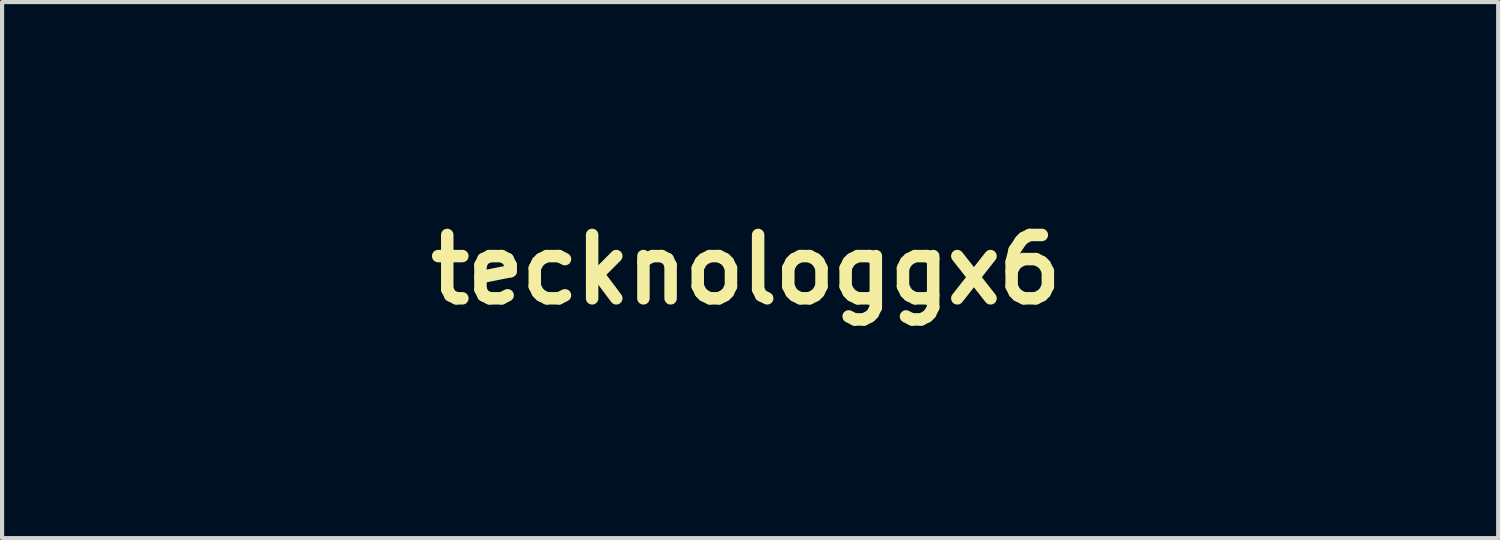
<source format=kicad_pcb>
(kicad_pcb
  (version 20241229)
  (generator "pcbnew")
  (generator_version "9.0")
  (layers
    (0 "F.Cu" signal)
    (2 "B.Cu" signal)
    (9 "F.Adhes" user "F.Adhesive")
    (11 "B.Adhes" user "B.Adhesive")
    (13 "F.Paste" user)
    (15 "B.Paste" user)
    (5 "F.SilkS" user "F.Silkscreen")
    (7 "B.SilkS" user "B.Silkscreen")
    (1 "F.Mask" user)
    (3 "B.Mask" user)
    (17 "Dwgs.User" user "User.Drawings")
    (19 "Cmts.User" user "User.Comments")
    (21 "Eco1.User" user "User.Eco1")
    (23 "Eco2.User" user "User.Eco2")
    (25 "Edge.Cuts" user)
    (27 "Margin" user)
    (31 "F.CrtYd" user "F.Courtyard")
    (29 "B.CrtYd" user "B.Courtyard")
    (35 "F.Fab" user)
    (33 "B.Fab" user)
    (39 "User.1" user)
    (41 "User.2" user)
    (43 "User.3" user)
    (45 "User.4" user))
  (footprint "tecknologgx6"
    (layer "F.Cu")
    (at 14.889 3.434)
    (property "Reference" "tecknologgx6" (at 0 0 0) (layer "F.SilkS") (effects (font (size 1.524 1.524) (thickness 0.3))))
    (attr through_hole)
    (fp_poly (pts (xy -4.623 0.102) (xy -5.69 0.102) (xy -5.69 -0.254) (xy -4.623 -0.254) (xy -4.623 0.102)) (stroke (width 0.01) (type solid)) (fill yes) (layer "F.Mask"))
    (fp_poly (pts (xy -1.778 0.864) (xy -2.136 0.864) (xy -2.108 -0.991) (xy -1.778 -1.022) (xy -1.778 0.864)) (stroke (width 0.01) (type solid)) (fill yes) (layer "F.Mask"))
    (fp_poly (pts (xy -6.41 -0.851) (xy -6.426 -0.686) (xy -6.795 -0.671) (xy -7.163 -0.656) (xy -7.163 0.864) (xy -7.518 0.864) (xy -7.518 -0.656) (xy -7.887 -0.671) (xy -8.255 -0.686) (xy -8.287 -1.016) (xy -6.394 -1.016) (xy -6.41 -0.851)) (stroke (width 0.01) (type solid)) (fill yes) (layer "F.Mask"))
    (fp_poly (pts (xy 5.029 0.508) (xy 6.401 0.508) (xy 6.401 0.864) (xy 5.598 0.864) (xy 5.246 0.86) (xy 4.99 0.85) (xy 4.823 0.833) (xy 4.74 0.807) (xy 4.735 0.803) (xy 4.709 0.737) (xy 4.691 0.592) (xy 4.68 0.361) (xy 4.674 0.039) (xy 4.674 -0.137) (xy 4.674 -1.016) (xy 5.029 -1.016) (xy 5.029 0.508)) (stroke (width 0.01) (type solid)) (fill yes) (layer "F.Mask"))
    (fp_poly (pts (xy 13.327 1.886) (xy 13.341 1.909) (xy 13.291 1.966) (xy 13.186 2.06) (xy 12.986 2.237) (xy 13.183 2.439) (xy 13.293 2.554) (xy 13.337 2.614) (xy 13.322 2.638) (xy 13.254 2.642) (xy 13.122 2.597) (xy 12.96 2.468) (xy 12.926 2.434) (xy 12.725 2.227) (xy 12.924 2.053) (xy 13.084 1.939) (xy 13.224 1.884) (xy 13.255 1.882) (xy 13.327 1.886)) (stroke (width 0.01) (type solid)) (fill yes) (layer "F.Mask"))
    (fp_poly (pts (xy 2.784 1.907) (xy 2.913 1.998) (xy 2.98 2.16) (xy 2.997 2.362) (xy 2.993 2.524) (xy 2.974 2.608) (xy 2.931 2.639) (xy 2.896 2.642) (xy 2.837 2.629) (xy 2.806 2.576) (xy 2.795 2.459) (xy 2.794 2.365) (xy 2.794 2.089) (xy 2.604 2.073) (xy 2.459 2.042) (xy 2.399 1.976) (xy 2.397 1.968) (xy 2.404 1.911) (xy 2.47 1.885) (xy 2.587 1.88) (xy 2.784 1.907)) (stroke (width 0.01) (type solid)) (fill yes) (layer "F.Mask"))
    (fp_poly (pts (xy 15.004 1.886) (xy 15.07 1.91) (xy 15.079 1.962) (xy 15.078 1.968) (xy 15.038 2.028) (xy 14.934 2.061) (xy 14.82 2.073) (xy 14.58 2.088) (xy 14.58 2.365) (xy 14.573 2.533) (xy 14.548 2.618) (xy 14.503 2.642) (xy 14.461 2.619) (xy 14.437 2.54) (xy 14.428 2.386) (xy 14.427 2.313) (xy 14.438 2.102) (xy 14.484 1.973) (xy 14.582 1.906) (xy 14.754 1.881) (xy 14.859 1.88) (xy 15.004 1.886)) (stroke (width 0.01) (type solid)) (fill yes) (layer "F.Mask"))
    (fp_poly (pts (xy -0.34 1.886) (xy -0.272 1.914) (xy -0.254 1.974) (xy -0.254 1.981) (xy -0.269 2.045) (xy -0.331 2.075) (xy -0.466 2.083) (xy -0.483 2.083) (xy -0.711 2.083) (xy -0.711 2.362) (xy -0.716 2.524) (xy -0.735 2.608) (xy -0.777 2.639) (xy -0.813 2.642) (xy -0.872 2.629) (xy -0.902 2.577) (xy -0.913 2.46) (xy -0.914 2.362) (xy -0.892 2.132) (xy -0.818 1.983) (xy -0.681 1.902) (xy -0.483 1.88) (xy -0.34 1.886)) (stroke (width 0.01) (type solid)) (fill yes) (layer "F.Mask"))
    (fp_poly (pts (xy 4.646 1.887) (xy 4.709 1.917) (xy 4.724 1.981) (xy 4.709 2.045) (xy 4.647 2.075) (xy 4.512 2.083) (xy 4.496 2.083) (xy 4.267 2.083) (xy 4.267 2.362) (xy 4.263 2.524) (xy 4.244 2.608) (xy 4.201 2.639) (xy 4.166 2.642) (xy 4.109 2.63) (xy 4.078 2.581) (xy 4.066 2.471) (xy 4.064 2.34) (xy 4.084 2.118) (xy 4.154 1.977) (xy 4.286 1.902) (xy 4.496 1.88) (xy 4.507 1.88) (xy 4.646 1.887)) (stroke (width 0.01) (type solid)) (fill yes) (layer "F.Mask"))
    (fp_poly (pts (xy 8.601 1.886) (xy 8.669 1.914) (xy 8.687 1.974) (xy 8.687 1.981) (xy 8.672 2.045) (xy 8.61 2.075) (xy 8.475 2.083) (xy 8.458 2.083) (xy 8.23 2.083) (xy 8.23 2.362) (xy 8.225 2.524) (xy 8.206 2.608) (xy 8.164 2.639) (xy 8.128 2.642) (xy 8.069 2.629) (xy 8.039 2.577) (xy 8.027 2.46) (xy 8.026 2.362) (xy 8.049 2.132) (xy 8.123 1.983) (xy 8.259 1.902) (xy 8.458 1.88) (xy 8.601 1.886)) (stroke (width 0.01) (type solid)) (fill yes) (layer "F.Mask"))
    (fp_poly (pts (xy 2.281 1.581) (xy 2.31 1.614) (xy 2.327 1.689) (xy 2.335 1.826) (xy 2.337 2.041) (xy 2.337 2.108) (xy 2.336 2.346) (xy 2.329 2.5) (xy 2.315 2.589) (xy 2.289 2.63) (xy 2.248 2.641) (xy 2.235 2.642) (xy 2.19 2.635) (xy 2.16 2.603) (xy 2.144 2.528) (xy 2.136 2.391) (xy 2.134 2.175) (xy 2.134 2.108) (xy 2.135 1.87) (xy 2.141 1.716) (xy 2.155 1.627) (xy 2.181 1.586) (xy 2.222 1.575) (xy 2.235 1.575) (xy 2.281 1.581)) (stroke (width 0.01) (type solid)) (fill yes) (layer "F.Mask"))
    (fp_poly (pts (xy 12.644 1.581) (xy 12.673 1.614) (xy 12.69 1.689) (xy 12.698 1.826) (xy 12.7 2.041) (xy 12.7 2.108) (xy 12.699 2.346) (xy 12.693 2.5) (xy 12.678 2.589) (xy 12.652 2.63) (xy 12.611 2.641) (xy 12.598 2.642) (xy 12.553 2.635) (xy 12.524 2.603) (xy 12.507 2.528) (xy 12.499 2.391) (xy 12.497 2.175) (xy 12.497 2.108) (xy 12.498 1.87) (xy 12.504 1.716) (xy 12.519 1.627) (xy 12.545 1.586) (xy 12.586 1.575) (xy 12.598 1.575) (xy 12.644 1.581)) (stroke (width 0.01) (type solid)) (fill yes) (layer "F.Mask"))
    (fp_poly (pts (xy -4.637 1.897) (xy -4.479 1.958) (xy -4.384 2.085) (xy -4.335 2.292) (xy -4.329 2.354) (xy -4.319 2.517) (xy -4.327 2.603) (xy -4.361 2.637) (xy -4.411 2.642) (xy -4.474 2.628) (xy -4.508 2.572) (xy -4.526 2.448) (xy -4.531 2.375) (xy -4.547 2.108) (xy -4.978 2.077) (xy -4.978 2.359) (xy -4.983 2.522) (xy -5.001 2.606) (xy -5.043 2.638) (xy -5.082 2.642) (xy -5.136 2.634) (xy -5.165 2.596) (xy -5.176 2.507) (xy -5.174 2.344) (xy -5.171 2.273) (xy -5.156 1.905) (xy -4.873 1.89) (xy -4.637 1.897)) (stroke (width 0.01) (type solid)) (fill yes) (layer "F.Mask"))
    (fp_poly (pts (xy -4.47 -0.66) (xy -5.842 -0.66) (xy -5.842 -0.157) (xy -5.839 0.067) (xy -5.831 0.258) (xy -5.819 0.389) (xy -5.811 0.428) (xy -5.784 0.461) (xy -5.721 0.484) (xy -5.606 0.499) (xy -5.424 0.506) (xy -5.158 0.508) (xy -5.125 0.508) (xy -4.47 0.508) (xy -4.47 0.864) (xy -5.118 0.86) (xy -5.373 0.856) (xy -5.598 0.846) (xy -5.769 0.833) (xy -5.864 0.817) (xy -5.867 0.816) (xy -5.969 0.767) (xy -6.043 0.706) (xy -6.093 0.617) (xy -6.123 0.486) (xy -6.137 0.295) (xy -6.139 0.029) (xy -6.135 -0.209) (xy -6.121 -0.991) (xy -5.296 -1.005) (xy -4.47 -1.019) (xy -4.47 -0.66)) (stroke (width 0.01) (type solid)) (fill yes) (layer "F.Mask"))
    (fp_poly (pts (xy -0.648 -0.546) (xy -1.118 -0.076) (xy -0.623 0.391) (xy -0.127 0.859) (xy -0.382 0.861) (xy -0.499 0.859) (xy -0.589 0.843) (xy -0.675 0.8) (xy -0.778 0.717) (xy -0.919 0.58) (xy -1.016 0.483) (xy -1.234 0.275) (xy -1.398 0.148) (xy -1.505 0.102) (xy -1.51 0.102) (xy -1.589 0.086) (xy -1.621 0.02) (xy -1.626 -0.076) (xy -1.615 -0.197) (xy -1.572 -0.247) (xy -1.51 -0.254) (xy -1.406 -0.295) (xy -1.246 -0.418) (xy -1.03 -0.62) (xy -1.016 -0.635) (xy -0.844 -0.805) (xy -0.722 -0.916) (xy -0.628 -0.979) (xy -0.542 -1.008) (xy -0.443 -1.016) (xy -0.408 -1.016) (xy -0.178 -1.016) (xy -0.648 -0.546)) (stroke (width 0.01) (type solid)) (fill yes) (layer "F.Mask"))
    (fp_poly (pts (xy -2.448 -0.851) (xy -2.464 -0.686) (xy -3.139 -0.672) (xy -3.813 -0.657) (xy -3.799 -0.087) (xy -3.785 0.483) (xy -2.438 0.511) (xy -2.438 0.864) (xy -3.111 0.862) (xy -3.436 0.856) (xy -3.672 0.842) (xy -3.831 0.818) (xy -3.917 0.787) (xy -4.02 0.711) (xy -4.092 0.603) (xy -4.137 0.447) (xy -4.158 0.227) (xy -4.16 -0.073) (xy -4.157 -0.178) (xy -4.149 -0.432) (xy -4.138 -0.606) (xy -4.12 -0.72) (xy -4.091 -0.794) (xy -4.045 -0.851) (xy -3.998 -0.894) (xy -3.936 -0.942) (xy -3.87 -0.976) (xy -3.782 -0.997) (xy -3.652 -1.009) (xy -3.461 -1.015) (xy -3.191 -1.016) (xy -3.144 -1.016) (xy -2.432 -1.016) (xy -2.448 -0.851)) (stroke (width 0.01) (type solid)) (fill yes) (layer "F.Mask"))
    (fp_poly (pts (xy -1.755 1.907) (xy -1.732 2.002) (xy -1.727 2.132) (xy -1.706 2.323) (xy -1.634 2.436) (xy -1.497 2.484) (xy -1.403 2.489) (xy -1.33 2.482) (xy -1.29 2.443) (xy -1.27 2.348) (xy -1.26 2.198) (xy -1.244 2.025) (xy -1.215 1.93) (xy -1.165 1.891) (xy -1.153 1.889) (xy -1.107 1.889) (xy -1.081 1.928) (xy -1.072 2.023) (xy -1.075 2.195) (xy -1.077 2.244) (xy -1.092 2.616) (xy -1.372 2.631) (xy -1.599 2.624) (xy -1.75 2.574) (xy -1.765 2.564) (xy -1.831 2.501) (xy -1.866 2.412) (xy -1.879 2.266) (xy -1.88 2.182) (xy -1.874 2.005) (xy -1.853 1.911) (xy -1.812 1.88) (xy -1.803 1.88) (xy -1.755 1.907)) (stroke (width 0.01) (type solid)) (fill yes) (layer "F.Mask"))
    (fp_poly (pts (xy 0.477 1.883) (xy 0.568 1.9) (xy 0.604 1.937) (xy 0.61 1.981) (xy 0.597 2.04) (xy 0.545 2.071) (xy 0.428 2.082) (xy 0.33 2.083) (xy 0.051 2.083) (xy 0.051 2.255) (xy 0.067 2.379) (xy 0.127 2.451) (xy 0.252 2.483) (xy 0.411 2.489) (xy 0.55 2.502) (xy 0.607 2.546) (xy 0.61 2.565) (xy 0.586 2.61) (xy 0.503 2.634) (xy 0.34 2.641) (xy 0.308 2.642) (xy 0.128 2.635) (xy 0.019 2.611) (xy -0.05 2.559) (xy -0.073 2.529) (xy -0.132 2.393) (xy -0.152 2.261) (xy -0.126 2.108) (xy -0.073 1.993) (xy -0.011 1.927) (xy 0.079 1.893) (xy 0.226 1.88) (xy 0.308 1.88) (xy 0.477 1.883)) (stroke (width 0.01) (type solid)) (fill yes) (layer "F.Mask"))
    (fp_poly (pts (xy -2.262 1.908) (xy -2.116 1.997) (xy -2.043 2.153) (xy -2.032 2.278) (xy -2.06 2.459) (xy -2.15 2.574) (xy -2.314 2.631) (xy -2.478 2.642) (xy -2.647 2.632) (xy -2.749 2.597) (xy -2.817 2.529) (xy -2.875 2.393) (xy -2.896 2.261) (xy -2.895 2.256) (xy -2.692 2.256) (xy -2.656 2.406) (xy -2.553 2.483) (xy -2.395 2.483) (xy -2.316 2.458) (xy -2.253 2.382) (xy -2.235 2.255) (xy -2.24 2.149) (xy -2.274 2.099) (xy -2.365 2.084) (xy -2.464 2.083) (xy -2.604 2.087) (xy -2.671 2.112) (xy -2.691 2.181) (xy -2.692 2.256) (xy -2.895 2.256) (xy -2.864 2.065) (xy -2.764 1.942) (xy -2.59 1.885) (xy -2.486 1.88) (xy -2.262 1.908)) (stroke (width 0.01) (type solid)) (fill yes) (layer "F.Mask"))
    (fp_poly (pts (xy -6.446 1.906) (xy -6.317 1.994) (xy -6.256 2.151) (xy -6.248 2.269) (xy -6.28 2.462) (xy -6.379 2.582) (xy -6.552 2.637) (xy -6.646 2.642) (xy -6.791 2.63) (xy -6.853 2.591) (xy -6.858 2.565) (xy -6.814 2.504) (xy -6.735 2.489) (xy -6.569 2.471) (xy -6.481 2.405) (xy -6.452 2.277) (xy -6.452 2.255) (xy -6.457 2.149) (xy -6.491 2.099) (xy -6.581 2.084) (xy -6.68 2.083) (xy -6.909 2.083) (xy -6.909 2.489) (xy -6.912 2.697) (xy -6.925 2.822) (xy -6.95 2.882) (xy -6.987 2.896) (xy -7.071 2.854) (xy -7.094 2.819) (xy -7.106 2.732) (xy -7.109 2.577) (xy -7.103 2.386) (xy -7.103 2.381) (xy -7.078 2.149) (xy -7.026 2) (xy -6.929 1.917) (xy -6.774 1.884) (xy -6.653 1.88) (xy -6.446 1.906)) (stroke (width 0.01) (type solid)) (fill yes) (layer "F.Mask"))
    (fp_poly (pts (xy -5.485 1.909) (xy -5.351 1.988) (xy -5.286 2.098) (xy -5.303 2.225) (xy -5.363 2.308) (xy -5.457 2.36) (xy -5.587 2.386) (xy -5.718 2.385) (xy -5.814 2.357) (xy -5.842 2.315) (xy -5.795 2.256) (xy -5.677 2.226) (xy -5.545 2.192) (xy -5.503 2.14) (xy -5.545 2.089) (xy -5.667 2.059) (xy -5.715 2.057) (xy -5.918 2.057) (xy -5.918 2.261) (xy -5.912 2.391) (xy -5.876 2.452) (xy -5.783 2.475) (xy -5.728 2.48) (xy -5.586 2.51) (xy -5.537 2.568) (xy -5.537 2.568) (xy -5.581 2.614) (xy -5.689 2.639) (xy -5.824 2.642) (xy -5.953 2.622) (xy -6.035 2.581) (xy -6.07 2.498) (xy -6.092 2.353) (xy -6.096 2.252) (xy -6.081 2.068) (xy -6.025 1.955) (xy -5.908 1.898) (xy -5.713 1.88) (xy -5.675 1.88) (xy -5.485 1.909)) (stroke (width 0.01) (type solid)) (fill yes) (layer "F.Mask"))
    (fp_poly (pts (xy -3.199 1.885) (xy -3.124 1.908) (xy -3.1 1.959) (xy -3.099 1.981) (xy -3.114 2.044) (xy -3.176 2.076) (xy -3.31 2.089) (xy -3.34 2.09) (xy -3.581 2.096) (xy -3.353 2.129) (xy -3.163 2.165) (xy -3.055 2.215) (xy -3.006 2.293) (xy -2.997 2.389) (xy -3.026 2.516) (xy -3.119 2.596) (xy -3.289 2.635) (xy -3.451 2.642) (xy -3.612 2.634) (xy -3.691 2.606) (xy -3.708 2.565) (xy -3.676 2.514) (xy -3.569 2.491) (xy -3.493 2.488) (xy -3.336 2.477) (xy -3.22 2.449) (xy -3.161 2.413) (xy -3.18 2.376) (xy -3.202 2.367) (xy -3.303 2.344) (xy -3.444 2.326) (xy -3.449 2.326) (xy -3.612 2.281) (xy -3.706 2.189) (xy -3.717 2.069) (xy -3.679 1.992) (xy -3.607 1.92) (xy -3.497 1.887) (xy -3.35 1.88) (xy -3.199 1.885)) (stroke (width 0.01) (type solid)) (fill yes) (layer "F.Mask"))
    (fp_poly (pts (xy 1.349 1.891) (xy 1.446 1.936) (xy 1.496 1.995) (xy 1.553 2.146) (xy 1.521 2.27) (xy 1.411 2.353) (xy 1.234 2.384) (xy 1.14 2.379) (xy 1.013 2.344) (xy 0.98 2.294) (xy 1.04 2.248) (xy 1.153 2.226) (xy 1.296 2.196) (xy 1.346 2.137) (xy 1.346 2.134) (xy 1.313 2.081) (xy 1.201 2.059) (xy 1.143 2.057) (xy 0.94 2.057) (xy 0.94 2.261) (xy 0.946 2.391) (xy 0.982 2.452) (xy 1.075 2.475) (xy 1.13 2.48) (xy 1.272 2.51) (xy 1.321 2.568) (xy 1.321 2.568) (xy 1.277 2.614) (xy 1.169 2.639) (xy 1.034 2.642) (xy 0.905 2.622) (xy 0.823 2.581) (xy 0.788 2.498) (xy 0.766 2.353) (xy 0.762 2.252) (xy 0.776 2.069) (xy 0.832 1.956) (xy 0.947 1.899) (xy 1.14 1.88) (xy 1.189 1.88) (xy 1.349 1.891)) (stroke (width 0.01) (type solid)) (fill yes) (layer "F.Mask"))
    (fp_poly (pts (xy -12.779 -0.501) (xy -12.605 -0.399) (xy -12.517 -0.325) (xy -12.506 -0.268) (xy -12.548 -0.229) (xy -12.597 -0.166) (xy -12.564 -0.085) (xy -12.443 0.019) (xy -12.232 0.151) (xy -12.219 0.158) (xy -12.031 0.27) (xy -11.923 0.349) (xy -11.884 0.405) (xy -11.894 0.44) (xy -11.929 0.504) (xy -11.914 0.57) (xy -11.839 0.646) (xy -11.693 0.745) (xy -11.467 0.875) (xy -11.449 0.885) (xy -11.193 1.028) (xy -11.016 1.129) (xy -10.909 1.199) (xy -10.865 1.248) (xy -10.874 1.286) (xy -10.928 1.323) (xy -11.017 1.368) (xy -11.025 1.372) (xy -11.226 1.444) (xy -11.477 1.491) (xy -11.741 1.509) (xy -11.978 1.495) (xy -12.122 1.46) (xy -12.471 1.275) (xy -12.761 1.028) (xy -12.983 0.733) (xy -13.131 0.405) (xy -13.198 0.057) (xy -13.176 -0.296) (xy -13.113 -0.517) (xy -13.061 -0.653) (xy -12.779 -0.501)) (stroke (width 0.01) (type solid)) (fill yes) (layer "F.Mask"))
    (fp_poly (pts (xy -11.653 -1.509) (xy -11.279 -1.424) (xy -10.947 -1.259) (xy -10.666 -1.027) (xy -10.446 -0.742) (xy -10.296 -0.416) (xy -10.225 -0.064) (xy -10.242 0.303) (xy -10.279 0.461) (xy -10.336 0.633) (xy -10.396 0.776) (xy -10.429 0.832) (xy -10.469 0.876) (xy -10.512 0.877) (xy -10.576 0.825) (xy -10.678 0.708) (xy -10.736 0.637) (xy -10.877 0.456) (xy -10.953 0.338) (xy -10.967 0.274) (xy -10.925 0.254) (xy -10.922 0.254) (xy -10.866 0.223) (xy -10.88 0.14) (xy -10.955 0.018) (xy -11.084 -0.127) (xy -11.158 -0.197) (xy -11.304 -0.332) (xy -11.382 -0.421) (xy -11.404 -0.482) (xy -11.381 -0.531) (xy -11.36 -0.579) (xy -11.373 -0.646) (xy -11.429 -0.751) (xy -11.535 -0.909) (xy -11.627 -1.037) (xy -11.756 -1.218) (xy -11.859 -1.368) (xy -11.923 -1.47) (xy -11.938 -1.502) (xy -11.892 -1.517) (xy -11.774 -1.518) (xy -11.653 -1.509)) (stroke (width 0.01) (type solid)) (fill yes) (layer "F.Mask"))
    (fp_poly (pts (xy 7.059 1.912) (xy 7.061 1.934) (xy 7.031 2.017) (xy 6.955 2.149) (xy 6.852 2.301) (xy 6.742 2.446) (xy 6.645 2.555) (xy 6.594 2.596) (xy 6.465 2.63) (xy 6.381 2.575) (xy 6.35 2.436) (xy 6.35 2.43) (xy 6.35 2.265) (xy 6.157 2.453) (xy 6.033 2.571) (xy 5.958 2.627) (xy 5.911 2.634) (xy 5.876 2.608) (xy 5.859 2.543) (xy 5.847 2.407) (xy 5.842 2.228) (xy 5.842 2.227) (xy 5.845 2.043) (xy 5.858 1.938) (xy 5.887 1.891) (xy 5.939 1.88) (xy 5.944 1.88) (xy 6.009 1.896) (xy 6.038 1.961) (xy 6.045 2.095) (xy 6.045 2.311) (xy 6.244 2.083) (xy 6.376 1.948) (xy 6.467 1.903) (xy 6.523 1.952) (xy 6.555 2.098) (xy 6.563 2.184) (xy 6.579 2.413) (xy 6.743 2.146) (xy 6.849 1.999) (xy 6.947 1.905) (xy 7.022 1.872) (xy 7.059 1.912)) (stroke (width 0.01) (type solid)) (fill yes) (layer "F.Mask"))
    (fp_poly (pts (xy 7.559 1.882) (xy 7.699 1.906) (xy 7.801 1.952) (xy 7.867 2.053) (xy 7.899 2.21) (xy 7.895 2.38) (xy 7.852 2.523) (xy 7.83 2.558) (xy 7.722 2.62) (xy 7.559 2.646) (xy 7.379 2.637) (xy 7.22 2.595) (xy 7.137 2.54) (xy 7.076 2.417) (xy 7.101 2.3) (xy 7.194 2.204) (xy 7.342 2.146) (xy 7.526 2.142) (xy 7.629 2.18) (xy 7.647 2.237) (xy 7.588 2.293) (xy 7.46 2.327) (xy 7.455 2.327) (xy 7.312 2.357) (xy 7.264 2.418) (xy 7.264 2.419) (xy 7.29 2.467) (xy 7.381 2.483) (xy 7.48 2.479) (xy 7.616 2.465) (xy 7.678 2.429) (xy 7.695 2.343) (xy 7.696 2.261) (xy 7.691 2.133) (xy 7.658 2.072) (xy 7.568 2.049) (xy 7.48 2.042) (xy 7.326 2.015) (xy 7.266 1.964) (xy 7.264 1.953) (xy 7.308 1.905) (xy 7.418 1.881) (xy 7.559 1.882)) (stroke (width 0.01) (type solid)) (fill yes) (layer "F.Mask"))
    (fp_poly (pts (xy 9.424 1.891) (xy 9.519 1.934) (xy 9.58 2.007) (xy 9.634 2.105) (xy 9.626 2.183) (xy 9.579 2.263) (xy 9.505 2.348) (xy 9.41 2.38) (xy 9.285 2.378) (xy 9.132 2.351) (xy 9.061 2.309) (xy 9.076 2.264) (xy 9.182 2.231) (xy 9.23 2.226) (xy 9.373 2.196) (xy 9.423 2.137) (xy 9.423 2.134) (xy 9.39 2.081) (xy 9.279 2.059) (xy 9.22 2.057) (xy 9.017 2.057) (xy 9.017 2.261) (xy 9.023 2.391) (xy 9.059 2.452) (xy 9.152 2.475) (xy 9.207 2.48) (xy 9.349 2.51) (xy 9.398 2.568) (xy 9.398 2.568) (xy 9.354 2.614) (xy 9.246 2.639) (xy 9.111 2.642) (xy 8.983 2.622) (xy 8.9 2.581) (xy 8.865 2.498) (xy 8.843 2.353) (xy 8.839 2.252) (xy 8.854 2.069) (xy 8.909 1.956) (xy 9.024 1.899) (xy 9.217 1.88) (xy 9.266 1.88) (xy 9.424 1.891)) (stroke (width 0.01) (type solid)) (fill yes) (layer "F.Mask"))
    (fp_poly (pts (xy 12.144 1.894) (xy 12.267 1.948) (xy 12.327 2.06) (xy 12.344 2.248) (xy 12.344 2.261) (xy 12.33 2.449) (xy 12.275 2.564) (xy 12.161 2.623) (xy 11.969 2.641) (xy 11.924 2.642) (xy 11.738 2.62) (xy 11.617 2.55) (xy 11.608 2.54) (xy 11.547 2.417) (xy 11.571 2.3) (xy 11.665 2.204) (xy 11.812 2.146) (xy 11.996 2.142) (xy 12.099 2.18) (xy 12.117 2.237) (xy 12.058 2.293) (xy 11.931 2.327) (xy 11.925 2.327) (xy 11.783 2.357) (xy 11.735 2.418) (xy 11.735 2.419) (xy 11.76 2.467) (xy 11.851 2.483) (xy 11.951 2.479) (xy 12.087 2.463) (xy 12.153 2.425) (xy 12.178 2.34) (xy 12.183 2.291) (xy 12.175 2.147) (xy 12.105 2.066) (xy 11.959 2.034) (xy 11.9 2.033) (xy 11.773 2.013) (xy 11.735 1.956) (xy 11.768 1.903) (xy 11.878 1.881) (xy 11.941 1.88) (xy 12.144 1.894)) (stroke (width 0.01) (type solid)) (fill yes) (layer "F.Mask"))
    (fp_poly (pts (xy 14.031 1.889) (xy 14.177 1.932) (xy 14.251 2.022) (xy 14.275 2.155) (xy 14.245 2.284) (xy 14.214 2.327) (xy 14.125 2.37) (xy 13.996 2.389) (xy 13.86 2.384) (xy 13.755 2.357) (xy 13.716 2.311) (xy 13.755 2.255) (xy 13.88 2.235) (xy 13.891 2.235) (xy 14.029 2.216) (xy 14.104 2.169) (xy 14.1 2.108) (xy 14.065 2.077) (xy 13.966 2.048) (xy 13.843 2.044) (xy 13.746 2.062) (xy 13.699 2.113) (xy 13.679 2.227) (xy 13.675 2.273) (xy 13.659 2.489) (xy 13.865 2.489) (xy 14.008 2.501) (xy 14.067 2.542) (xy 14.072 2.565) (xy 14.028 2.616) (xy 13.92 2.641) (xy 13.781 2.641) (xy 13.646 2.616) (xy 13.547 2.566) (xy 13.542 2.562) (xy 13.481 2.441) (xy 13.461 2.273) (xy 13.482 2.104) (xy 13.543 1.976) (xy 13.555 1.964) (xy 13.675 1.907) (xy 13.849 1.881) (xy 14.031 1.889)) (stroke (width 0.01) (type solid)) (fill yes) (layer "F.Mask"))
    (fp_poly (pts (xy 3.712 1.894) (xy 3.834 1.948) (xy 3.895 2.06) (xy 3.912 2.248) (xy 3.912 2.261) (xy 3.904 2.433) (xy 3.875 2.532) (xy 3.816 2.587) (xy 3.813 2.589) (xy 3.674 2.63) (xy 3.498 2.641) (xy 3.326 2.623) (xy 3.199 2.578) (xy 3.179 2.562) (xy 3.108 2.438) (xy 3.124 2.315) (xy 3.214 2.212) (xy 3.365 2.147) (xy 3.491 2.134) (xy 3.609 2.147) (xy 3.654 2.197) (xy 3.658 2.235) (xy 3.638 2.305) (xy 3.56 2.333) (xy 3.48 2.337) (xy 3.35 2.352) (xy 3.303 2.403) (xy 3.302 2.416) (xy 3.325 2.466) (xy 3.41 2.483) (xy 3.518 2.479) (xy 3.654 2.463) (xy 3.72 2.425) (xy 3.745 2.34) (xy 3.75 2.291) (xy 3.742 2.147) (xy 3.673 2.066) (xy 3.526 2.034) (xy 3.467 2.033) (xy 3.34 2.013) (xy 3.302 1.956) (xy 3.335 1.903) (xy 3.445 1.881) (xy 3.509 1.88) (xy 3.712 1.894)) (stroke (width 0.01) (type solid)) (fill yes) (layer "F.Mask"))
    (fp_poly (pts (xy 0.274 -1.041) (xy 0.337 -1.008) (xy 0.424 -0.938) (xy 0.545 -0.822) (xy 0.712 -0.653) (xy 0.935 -0.42) (xy 0.991 -0.361) (xy 1.6 0.279) (xy 1.629 -1.016) (xy 1.981 -1.016) (xy 1.981 -0.131) (xy 1.98 0.2) (xy 1.975 0.444) (xy 1.965 0.616) (xy 1.95 0.729) (xy 1.927 0.799) (xy 1.901 0.835) (xy 1.824 0.899) (xy 1.787 0.916) (xy 1.742 0.881) (xy 1.64 0.785) (xy 1.49 0.638) (xy 1.306 0.452) (xy 1.115 0.255) (xy 0.91 0.044) (xy 0.728 -0.14) (xy 0.581 -0.284) (xy 0.482 -0.376) (xy 0.442 -0.406) (xy 0.429 -0.359) (xy 0.417 -0.229) (xy 0.41 -0.036) (xy 0.406 0.201) (xy 0.406 0.229) (xy 0.406 0.864) (xy 0.102 0.864) (xy 0.102 -0.071) (xy 0.103 -0.408) (xy 0.107 -0.657) (xy 0.115 -0.831) (xy 0.129 -0.943) (xy 0.148 -1.006) (xy 0.175 -1.033) (xy 0.178 -1.034) (xy 0.225 -1.047) (xy 0.274 -1.041)) (stroke (width 0.01) (type solid)) (fill yes) (layer "F.Mask"))
    (fp_poly (pts (xy 5.637 1.583) (xy 5.667 1.619) (xy 5.683 1.703) (xy 5.689 1.855) (xy 5.69 2.024) (xy 5.682 2.285) (xy 5.652 2.461) (xy 5.588 2.568) (xy 5.478 2.622) (xy 5.31 2.641) (xy 5.244 2.642) (xy 5.075 2.632) (xy 4.973 2.597) (xy 4.905 2.529) (xy 4.846 2.393) (xy 4.826 2.261) (xy 4.86 2.062) (xy 4.965 1.937) (xy 5.143 1.883) (xy 5.21 1.88) (xy 5.352 1.886) (xy 5.418 1.915) (xy 5.436 1.976) (xy 5.436 1.981) (xy 5.419 2.048) (xy 5.35 2.077) (xy 5.232 2.083) (xy 5.102 2.088) (xy 5.044 2.121) (xy 5.03 2.208) (xy 5.029 2.26) (xy 5.043 2.387) (xy 5.098 2.449) (xy 5.153 2.467) (xy 5.293 2.479) (xy 5.381 2.465) (xy 5.433 2.439) (xy 5.464 2.389) (xy 5.48 2.291) (xy 5.486 2.124) (xy 5.486 2.003) (xy 5.488 1.794) (xy 5.497 1.667) (xy 5.518 1.601) (xy 5.555 1.577) (xy 5.588 1.575) (xy 5.637 1.583)) (stroke (width 0.01) (type solid)) (fill yes) (layer "F.Mask"))
    (fp_poly (pts (xy 10.811 -0.851) (xy 10.795 -0.686) (xy 9.296 -0.658) (xy 9.296 0.508) (xy 10.465 0.508) (xy 10.465 0.106) (xy 10.02 0.091) (xy 9.576 0.076) (xy 9.544 -0.254) (xy 10.102 -0.254) (xy 10.337 -0.251) (xy 10.538 -0.244) (xy 10.683 -0.233) (xy 10.74 -0.223) (xy 10.779 -0.19) (xy 10.804 -0.113) (xy 10.816 0.026) (xy 10.82 0.246) (xy 10.82 0.275) (xy 10.813 0.532) (xy 10.793 0.711) (xy 10.761 0.801) (xy 10.759 0.803) (xy 10.679 0.831) (xy 10.521 0.851) (xy 10.308 0.863) (xy 10.063 0.866) (xy 9.808 0.861) (xy 9.568 0.848) (xy 9.365 0.827) (xy 9.223 0.8) (xy 9.183 0.784) (xy 9.087 0.721) (xy 9.02 0.642) (xy 8.977 0.528) (xy 8.953 0.361) (xy 8.942 0.123) (xy 8.941 -0.094) (xy 8.942 -0.354) (xy 8.948 -0.534) (xy 8.963 -0.656) (xy 8.989 -0.74) (xy 9.032 -0.81) (xy 9.072 -0.86) (xy 9.204 -1.016) (xy 10.827 -1.016) (xy 10.811 -0.851)) (stroke (width 0.01) (type solid)) (fill yes) (layer "F.Mask"))
    (fp_poly (pts (xy -7.564 1.649) (xy -7.404 1.726) (xy -7.398 1.731) (xy -7.321 1.804) (xy -7.281 1.891) (xy -7.266 2.025) (xy -7.264 2.137) (xy -7.282 2.37) (xy -7.343 2.521) (xy -7.465 2.606) (xy -7.662 2.639) (xy -7.767 2.642) (xy -7.988 2.627) (xy -8.135 2.58) (xy -8.18 2.549) (xy -8.263 2.444) (xy -8.309 2.277) (xy -8.319 2.196) (xy -8.322 2.141) (xy -8.13 2.141) (xy -8.113 2.295) (xy -8.067 2.41) (xy -8.039 2.437) (xy -7.928 2.469) (xy -7.773 2.472) (xy -7.616 2.452) (xy -7.497 2.411) (xy -7.462 2.38) (xy -7.427 2.266) (xy -7.42 2.114) (xy -7.439 1.971) (xy -7.478 1.89) (xy -7.563 1.853) (xy -7.706 1.831) (xy -7.772 1.829) (xy -7.926 1.841) (xy -8.041 1.873) (xy -8.067 1.89) (xy -8.115 1.992) (xy -8.13 2.141) (xy -8.322 2.141) (xy -8.328 2.034) (xy -8.307 1.928) (xy -8.242 1.835) (xy -8.189 1.78) (xy -8.072 1.682) (xy -7.952 1.636) (xy -7.783 1.626) (xy -7.564 1.649)) (stroke (width 0.01) (type solid)) (fill yes) (layer "F.Mask"))
    (fp_poly (pts (xy 10.378 1.681) (xy 10.47 1.804) (xy 10.591 1.998) (xy 10.69 2.158) (xy 10.77 2.277) (xy 10.816 2.335) (xy 10.82 2.337) (xy 10.857 2.296) (xy 10.93 2.189) (xy 11.026 2.037) (xy 11.05 1.998) (xy 11.178 1.793) (xy 11.268 1.677) (xy 11.327 1.652) (xy 11.36 1.72) (xy 11.376 1.885) (xy 11.379 2.129) (xy 11.377 2.369) (xy 11.367 2.523) (xy 11.348 2.608) (xy 11.318 2.64) (xy 11.306 2.642) (xy 11.257 2.607) (xy 11.227 2.494) (xy 11.217 2.375) (xy 11.201 2.108) (xy 11.1 2.279) (xy 11.007 2.423) (xy 10.917 2.548) (xy 10.909 2.558) (xy 10.84 2.632) (xy 10.795 2.63) (xy 10.739 2.565) (xy 10.664 2.458) (xy 10.57 2.312) (xy 10.538 2.261) (xy 10.417 2.057) (xy 10.416 2.349) (xy 10.408 2.523) (xy 10.385 2.614) (xy 10.341 2.642) (xy 10.338 2.642) (xy 10.302 2.625) (xy 10.28 2.564) (xy 10.267 2.441) (xy 10.262 2.241) (xy 10.262 2.129) (xy 10.266 1.872) (xy 10.282 1.713) (xy 10.317 1.65) (xy 10.378 1.681)) (stroke (width 0.01) (type solid)) (fill yes) (layer "F.Mask"))
    (fp_poly (pts (xy -12.049 -1.188) (xy -12.002 -1.122) (xy -11.918 -1.001) (xy -11.84 -0.89) (xy -11.745 -0.739) (xy -11.712 -0.646) (xy -11.726 -0.621) (xy -11.785 -0.562) (xy -11.759 -0.456) (xy -11.653 -0.31) (xy -11.493 -0.152) (xy -11.35 -0.014) (xy -11.27 0.085) (xy -11.262 0.134) (xy -11.265 0.136) (xy -11.323 0.197) (xy -11.301 0.307) (xy -11.199 0.47) (xy -11.134 0.552) (xy -10.988 0.733) (xy -10.901 0.855) (xy -10.875 0.91) (xy -10.881 0.913) (xy -10.929 0.889) (xy -11.043 0.827) (xy -11.197 0.74) (xy -11.218 0.728) (xy -11.392 0.621) (xy -11.48 0.545) (xy -11.488 0.495) (xy -11.484 0.491) (xy -11.438 0.422) (xy -11.453 0.351) (xy -11.538 0.269) (xy -11.703 0.163) (xy -11.814 0.1) (xy -11.998 -0.003) (xy -12.105 -0.073) (xy -12.15 -0.122) (xy -12.146 -0.164) (xy -12.114 -0.205) (xy -12.062 -0.296) (xy -12.063 -0.353) (xy -12.121 -0.401) (xy -12.245 -0.482) (xy -12.413 -0.58) (xy -12.475 -0.615) (xy -12.646 -0.712) (xy -12.776 -0.794) (xy -12.845 -0.846) (xy -12.851 -0.855) (xy -12.806 -0.898) (xy -12.694 -0.96) (xy -12.541 -1.032) (xy -12.372 -1.101) (xy -12.217 -1.158) (xy -12.099 -1.19) (xy -12.049 -1.188)) (stroke (width 0.01) (type solid)) (fill yes) (layer "F.Mask"))
    (fp_poly (pts (xy 13.005 -0.663) (xy 12.255 -0.649) (xy 11.506 -0.635) (xy 11.491 -0.178) (xy 11.482 0.098) (xy 11.486 0.288) (xy 11.517 0.408) (xy 11.59 0.474) (xy 11.719 0.502) (xy 11.919 0.508) (xy 12.117 0.508) (xy 12.7 0.508) (xy 12.7 0.102) (xy 11.786 0.102) (xy 11.786 -0.254) (xy 12.36 -0.254) (xy 12.664 -0.248) (xy 12.873 -0.23) (xy 12.983 -0.201) (xy 12.995 -0.193) (xy 13.027 -0.107) (xy 13.048 0.066) (xy 13.056 0.305) (xy 13.048 0.548) (xy 13.027 0.719) (xy 12.995 0.803) (xy 12.92 0.828) (xy 12.766 0.846) (xy 12.556 0.858) (xy 12.313 0.863) (xy 12.06 0.862) (xy 11.818 0.855) (xy 11.612 0.841) (xy 11.463 0.821) (xy 11.405 0.802) (xy 11.317 0.744) (xy 11.256 0.674) (xy 11.215 0.575) (xy 11.192 0.428) (xy 11.181 0.216) (xy 11.178 -0.078) (xy 11.178 -0.091) (xy 11.178 -0.365) (xy 11.181 -0.556) (xy 11.192 -0.684) (xy 11.213 -0.768) (xy 11.247 -0.826) (xy 11.297 -0.879) (xy 11.31 -0.891) (xy 11.366 -0.939) (xy 11.424 -0.972) (xy 11.504 -0.995) (xy 11.621 -1.008) (xy 11.795 -1.014) (xy 12.043 -1.016) (xy 12.225 -1.016) (xy 13.005 -1.016) (xy 13.005 -0.663)) (stroke (width 0.01) (type solid)) (fill yes) (layer "F.Mask"))
    (fp_poly (pts (xy 7.947 -1.019) (xy 8.215 -0.946) (xy 8.407 -0.815) (xy 8.531 -0.618) (xy 8.596 -0.347) (xy 8.611 -0.076) (xy 8.59 0.238) (xy 8.523 0.476) (xy 8.404 0.653) (xy 8.242 0.777) (xy 8.065 0.843) (xy 7.826 0.885) (xy 7.566 0.899) (xy 7.32 0.884) (xy 7.144 0.843) (xy 6.887 0.698) (xy 6.704 0.486) (xy 6.597 0.211) (xy 6.568 -0.122) (xy 6.57 -0.147) (xy 6.922 -0.147) (xy 6.927 0.131) (xy 6.984 0.329) (xy 7.103 0.459) (xy 7.292 0.53) (xy 7.563 0.549) (xy 7.664 0.547) (xy 7.863 0.534) (xy 7.991 0.512) (xy 8.077 0.47) (xy 8.15 0.399) (xy 8.159 0.39) (xy 8.245 0.232) (xy 8.285 0.032) (xy 8.282 -0.184) (xy 8.241 -0.39) (xy 8.164 -0.558) (xy 8.056 -0.663) (xy 8.016 -0.679) (xy 7.905 -0.695) (xy 7.733 -0.707) (xy 7.559 -0.711) (xy 7.36 -0.705) (xy 7.228 -0.681) (xy 7.129 -0.63) (xy 7.08 -0.591) (xy 7 -0.509) (xy 6.954 -0.412) (xy 6.931 -0.267) (xy 6.922 -0.147) (xy 6.57 -0.147) (xy 6.582 -0.287) (xy 6.643 -0.568) (xy 6.752 -0.776) (xy 6.92 -0.919) (xy 7.158 -1.004) (xy 7.475 -1.039) (xy 7.595 -1.041) (xy 7.947 -1.019)) (stroke (width 0.01) (type solid)) (fill yes) (layer "F.Mask"))
    (fp_poly (pts (xy 3.679 -1.019) (xy 3.947 -0.946) (xy 4.139 -0.815) (xy 4.263 -0.618) (xy 4.328 -0.348) (xy 4.342 -0.076) (xy 4.323 0.229) (xy 4.261 0.458) (xy 4.148 0.631) (xy 3.976 0.769) (xy 3.822 0.83) (xy 3.605 0.873) (xy 3.358 0.897) (xy 3.12 0.898) (xy 2.925 0.871) (xy 2.921 0.87) (xy 2.668 0.769) (xy 2.487 0.614) (xy 2.372 0.394) (xy 2.318 0.1) (xy 2.311 -0.076) (xy 2.312 -0.091) (xy 2.642 -0.091) (xy 2.66 0.168) (xy 2.721 0.351) (xy 2.84 0.468) (xy 3.026 0.53) (xy 3.294 0.547) (xy 3.39 0.545) (xy 3.598 0.531) (xy 3.734 0.505) (xy 3.826 0.458) (xy 3.871 0.418) (xy 3.937 0.331) (xy 3.977 0.21) (xy 4 0.027) (xy 4.004 -0.049) (xy 4.012 -0.238) (xy 4.003 -0.359) (xy 3.969 -0.444) (xy 3.901 -0.526) (xy 3.87 -0.557) (xy 3.784 -0.636) (xy 3.702 -0.682) (xy 3.592 -0.704) (xy 3.425 -0.711) (xy 3.327 -0.711) (xy 3.125 -0.708) (xy 2.994 -0.694) (xy 2.904 -0.659) (xy 2.824 -0.596) (xy 2.79 -0.563) (xy 2.707 -0.468) (xy 2.662 -0.373) (xy 2.644 -0.241) (xy 2.642 -0.091) (xy 2.312 -0.091) (xy 2.335 -0.411) (xy 2.412 -0.665) (xy 2.55 -0.848) (xy 2.757 -0.966) (xy 3.042 -1.028) (xy 3.327 -1.041) (xy 3.679 -1.019)) (stroke (width 0.01) (type solid)) (fill yes) (layer "F.Mask"))
    (fp_poly (pts (xy -11.462 -3.426) (xy -11.292 -3.416) (xy -11.176 -3.394) (xy -11.09 -3.356) (xy -11.04 -3.323) (xy -10.905 -3.164) (xy -10.803 -2.913) (xy -10.741 -2.62) (xy -10.662 -2.41) (xy -10.508 -2.236) (xy -10.306 -2.128) (xy -10.255 -2.115) (xy -10.073 -2.115) (xy -9.819 -2.171) (xy -9.753 -2.192) (xy -9.502 -2.256) (xy -9.299 -2.264) (xy -9.129 -2.206) (xy -8.976 -2.073) (xy -8.825 -1.859) (xy -8.686 -1.604) (xy -8.584 -1.4) (xy -8.524 -1.26) (xy -8.498 -1.16) (xy -8.501 -1.073) (xy -8.526 -0.975) (xy -8.527 -0.971) (xy -8.626 -0.778) (xy -8.813 -0.581) (xy -8.837 -0.561) (xy -9.046 -0.347) (xy -9.157 -0.135) (xy -9.169 0.08) (xy -9.081 0.304) (xy -8.894 0.54) (xy -8.809 0.623) (xy -8.628 0.81) (xy -8.525 0.973) (xy -8.497 1.139) (xy -8.539 1.333) (xy -8.647 1.582) (xy -8.652 1.591) (xy -8.814 1.887) (xy -8.967 2.093) (xy -9.122 2.221) (xy -9.289 2.279) (xy -9.378 2.286) (xy -9.576 2.265) (xy -9.777 2.214) (xy -9.806 2.203) (xy -10.068 2.142) (xy -10.309 2.167) (xy -10.511 2.271) (xy -10.66 2.447) (xy -10.72 2.6) (xy -10.768 2.788) (xy -10.818 2.982) (xy -10.821 2.993) (xy -10.907 3.182) (xy -11.028 3.324) (xy -11.108 3.385) (xy -11.19 3.423) (xy -11.298 3.443) (xy -11.459 3.451) (xy -11.675 3.451) (xy -11.9 3.445) (xy -12.096 3.433) (xy -12.235 3.415) (xy -12.275 3.404) (xy -12.42 3.296) (xy -12.542 3.111) (xy -12.628 2.872) (xy -12.648 2.775) (xy -12.7 2.539) (xy -12.775 2.378) (xy -12.888 2.262) (xy -12.958 2.216) (xy -13.176 2.144) (xy -13.442 2.151) (xy -13.665 2.21) (xy -13.921 2.276) (xy -14.134 2.273) (xy -14.318 2.191) (xy -14.486 2.026) (xy -14.653 1.769) (xy -14.7 1.683) (xy -14.824 1.41) (xy -14.88 1.191) (xy -14.884 1.118) (xy -14.877 1.004) (xy -14.845 0.906) (xy -14.772 0.801) (xy -14.645 0.66) (xy -14.593 0.605) (xy -14.383 0.364) (xy -14.264 0.153) (xy -14.236 -0.043) (xy -14.298 -0.237) (xy -14.451 -0.445) (xy -14.584 -0.58) (xy -14.734 -0.727) (xy -14.824 -0.833) (xy -14.868 -0.924) (xy -14.883 -1.027) (xy -14.884 -1.095) (xy -14.881 -1.118) (xy -14.529 -1.118) (xy -14.494 -1.059) (xy -14.402 -0.955) (xy -14.272 -0.825) (xy -14.252 -0.806) (xy -14.051 -0.592) (xy -13.93 -0.387) (xy -13.878 -0.16) (xy -13.878 0.102) (xy -13.943 0.413) (xy -14.09 0.667) (xy -14.307 0.861) (xy -14.437 0.968) (xy -14.498 1.076) (xy -14.49 1.208) (xy -14.416 1.387) (xy -14.365 1.483) (xy -14.247 1.686) (xy -14.149 1.809) (xy -14.05 1.865) (xy -13.929 1.867) (xy -13.782 1.832) (xy -13.44 1.755) (xy -13.159 1.744) (xy -12.919 1.8) (xy -12.698 1.928) (xy -12.617 1.994) (xy -12.439 2.183) (xy -12.33 2.391) (xy -12.268 2.642) (xy -12.225 2.847) (xy -12.167 2.972) (xy -12.08 3.039) (xy -11.976 3.064) (xy -11.807 3.075) (xy -11.616 3.068) (xy -11.433 3.048) (xy -11.29 3.018) (xy -11.217 2.981) (xy -11.216 2.979) (xy -11.186 2.896) (xy -11.156 2.755) (xy -11.145 2.692) (xy -11.054 2.354) (xy -10.891 2.087) (xy -10.658 1.892) (xy -10.47 1.805) (xy -10.216 1.74) (xy -9.981 1.74) (xy -9.721 1.808) (xy -9.667 1.828) (xy -9.508 1.879) (xy -9.381 1.904) (xy -9.332 1.902) (xy -9.27 1.844) (xy -9.181 1.724) (xy -9.081 1.568) (xy -8.989 1.406) (xy -8.919 1.264) (xy -8.891 1.173) (xy -8.891 1.17) (xy -8.906 1.086) (xy -8.961 1.005) (xy -9.076 0.904) (xy -9.154 0.844) (xy -9.358 0.631) (xy -9.491 0.364) (xy -9.547 0.066) (xy -9.521 -0.237) (xy -9.456 -0.432) (xy -9.363 -0.58) (xy -9.223 -0.741) (xy -9.127 -0.829) (xy -9 -0.946) (xy -8.914 -1.051) (xy -8.891 -1.108) (xy -8.918 -1.207) (xy -8.986 -1.357) (xy -9.079 -1.528) (xy -9.178 -1.689) (xy -9.266 -1.808) (xy -9.31 -1.849) (xy -9.403 -1.871) (xy -9.548 -1.843) (xy -9.637 -1.814) (xy -9.968 -1.737) (xy -10.287 -1.742) (xy -10.575 -1.825) (xy -10.815 -1.981) (xy -10.94 -2.123) (xy -11.022 -2.277) (xy -11.101 -2.48) (xy -11.146 -2.637) (xy -11.194 -2.811) (xy -11.246 -2.944) (xy -11.288 -3.005) (xy -11.382 -3.031) (xy -11.538 -3.045) (xy -11.727 -3.048) (xy -11.916 -3.039) (xy -12.074 -3.021) (xy -12.171 -2.992) (xy -12.183 -2.983) (xy -12.22 -2.898) (xy -12.255 -2.752) (xy -12.272 -2.653) (xy -12.359 -2.328) (xy -12.522 -2.065) (xy -12.752 -1.873) (xy -13.038 -1.758) (xy -13.313 -1.729) (xy -13.495 -1.743) (xy -13.655 -1.778) (xy -13.716 -1.803) (xy -13.912 -1.874) (xy -14.082 -1.852) (xy -14.214 -1.74) (xy -14.303 -1.6) (xy -14.394 -1.436) (xy -14.472 -1.279) (xy -14.52 -1.159) (xy -14.529 -1.118) (xy -14.881 -1.118) (xy -14.849 -1.322) (xy -14.751 -1.584) (xy -14.607 -1.847) (xy -14.432 -2.079) (xy -14.411 -2.102) (xy -14.256 -2.229) (xy -14.086 -2.284) (xy -13.881 -2.269) (xy -13.62 -2.186) (xy -13.611 -2.183) (xy -13.367 -2.112) (xy -13.175 -2.113) (xy -12.973 -2.198) (xy -12.803 -2.354) (xy -12.695 -2.551) (xy -12.676 -2.631) (xy -12.602 -2.96) (xy -12.493 -3.198) (xy -12.379 -3.323) (xy -12.299 -3.372) (xy -12.204 -3.403) (xy -12.071 -3.421) (xy -11.875 -3.428) (xy -11.709 -3.429) (xy -11.462 -3.426)) (stroke (width 0.01) (type solid)) (fill yes) (layer "F.Mask")))
  (gr_rect
    (start -3 -3)
    (end 32.974 9.89)
    (stroke (width 0.1) (type default))
    (fill no)
    (layer "Edge.Cuts")))
</source>
